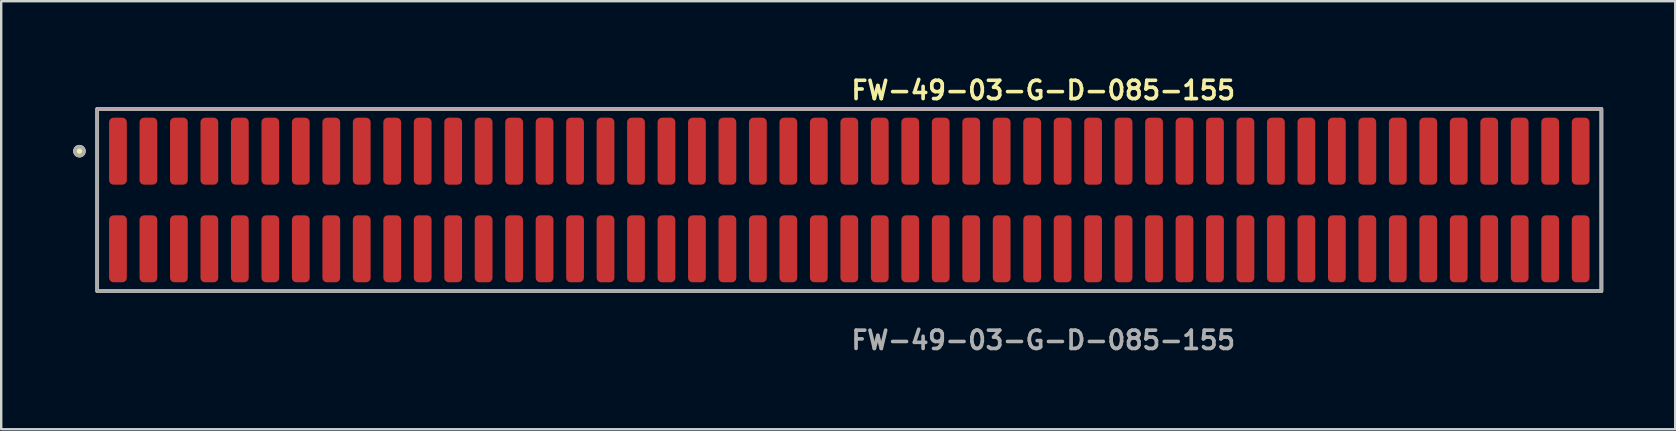
<source format=kicad_pcb>
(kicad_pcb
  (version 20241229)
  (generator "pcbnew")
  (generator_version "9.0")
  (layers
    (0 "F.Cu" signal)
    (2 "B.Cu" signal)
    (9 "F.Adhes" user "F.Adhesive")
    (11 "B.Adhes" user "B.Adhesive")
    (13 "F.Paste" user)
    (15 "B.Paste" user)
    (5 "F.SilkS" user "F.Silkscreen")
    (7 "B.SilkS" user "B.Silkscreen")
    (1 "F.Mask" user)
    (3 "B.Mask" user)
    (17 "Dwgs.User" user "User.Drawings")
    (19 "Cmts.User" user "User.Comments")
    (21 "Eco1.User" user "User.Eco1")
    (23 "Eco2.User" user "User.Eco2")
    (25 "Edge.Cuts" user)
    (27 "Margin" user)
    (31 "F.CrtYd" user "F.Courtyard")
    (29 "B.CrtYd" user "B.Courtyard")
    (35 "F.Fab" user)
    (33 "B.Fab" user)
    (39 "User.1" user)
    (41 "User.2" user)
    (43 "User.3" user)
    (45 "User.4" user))
  (footprint "FW-49-03-G-D-085-155"
    (layer "F.Cu")
    (at 32.346 5.285)
    (property "Reference" "FW-49-03-G-D-085-155" (at 0 -4.572 0) (unlocked yes) (layer "F.SilkS") (effects (font (size 0.762 0.762) (thickness 0.152)) (justify left)))
    (fp_rect (start -31.345 3.8) (end 31.345 -3.8) (stroke (width 0.152) (type solid)) (fill no) (layer "F.SilkS"))
    (fp_circle (center -32.085 -2.035) (end -32.27 -2.035) (stroke (width 0.152) (type solid)) (fill yes) (layer "F.SilkS"))
    (fp_rect (start -31.345 3.8) (end 31.345 -3.8) (stroke (width 0.006) (type solid)) (fill no) (layer "F.CrtYd"))
    (fp_rect (start -31.345 3.8) (end 31.345 -3.8) (stroke (width 0.152) (type solid)) (fill no) (layer "F.Fab"))
    (fp_circle (center -32.085 -2.035) (end -32.27 -2.035) (stroke (width 0.152) (type solid)) (fill no) (layer "F.Fab"))
    (fp_text user "${REFERENCE}" (at 0 5.842 0) (unlocked yes) (layer "F.Fab") (effects (font (size 0.762 0.762) (thickness 0.152)) (justify left)))
    (pad "1" smd roundrect (at -30.48 -2.035) (size 0.74 2.79) (layers "F.Cu" "F.Paste") (roundrect_rratio 0.25))
    (pad "2" smd roundrect (at -30.48 2.035) (size 0.74 2.79) (layers "F.Cu" "F.Paste") (roundrect_rratio 0.25))
    (pad "3" smd roundrect (at -29.21 -2.035) (size 0.74 2.79) (layers "F.Cu" "F.Paste") (roundrect_rratio 0.25))
    (pad "4" smd roundrect (at -29.21 2.035) (size 0.74 2.79) (layers "F.Cu" "F.Paste") (roundrect_rratio 0.25))
    (pad "5" smd roundrect (at -27.94 -2.035) (size 0.74 2.79) (layers "F.Cu" "F.Paste") (roundrect_rratio 0.25))
    (pad "6" smd roundrect (at -27.94 2.035) (size 0.74 2.79) (layers "F.Cu" "F.Paste") (roundrect_rratio 0.25))
    (pad "7" smd roundrect (at -26.67 -2.035) (size 0.74 2.79) (layers "F.Cu" "F.Paste") (roundrect_rratio 0.25))
    (pad "8" smd roundrect (at -26.67 2.035) (size 0.74 2.79) (layers "F.Cu" "F.Paste") (roundrect_rratio 0.25))
    (pad "9" smd roundrect (at -25.4 -2.035) (size 0.74 2.79) (layers "F.Cu" "F.Paste") (roundrect_rratio 0.25))
    (pad "10" smd roundrect (at -25.4 2.035) (size 0.74 2.79) (layers "F.Cu" "F.Paste") (roundrect_rratio 0.25))
    (pad "11" smd roundrect (at -24.13 -2.035) (size 0.74 2.79) (layers "F.Cu" "F.Paste") (roundrect_rratio 0.25))
    (pad "12" smd roundrect (at -24.13 2.035) (size 0.74 2.79) (layers "F.Cu" "F.Paste") (roundrect_rratio 0.25))
    (pad "13" smd roundrect (at -22.86 -2.035) (size 0.74 2.79) (layers "F.Cu" "F.Paste") (roundrect_rratio 0.25))
    (pad "14" smd roundrect (at -22.86 2.035) (size 0.74 2.79) (layers "F.Cu" "F.Paste") (roundrect_rratio 0.25))
    (pad "15" smd roundrect (at -21.59 -2.035) (size 0.74 2.79) (layers "F.Cu" "F.Paste") (roundrect_rratio 0.25))
    (pad "16" smd roundrect (at -21.59 2.035) (size 0.74 2.79) (layers "F.Cu" "F.Paste") (roundrect_rratio 0.25))
    (pad "17" smd roundrect (at -20.32 -2.035) (size 0.74 2.79) (layers "F.Cu" "F.Paste") (roundrect_rratio 0.25))
    (pad "18" smd roundrect (at -20.32 2.035) (size 0.74 2.79) (layers "F.Cu" "F.Paste") (roundrect_rratio 0.25))
    (pad "19" smd roundrect (at -19.05 -2.035) (size 0.74 2.79) (layers "F.Cu" "F.Paste") (roundrect_rratio 0.25))
    (pad "20" smd roundrect (at -19.05 2.035) (size 0.74 2.79) (layers "F.Cu" "F.Paste") (roundrect_rratio 0.25))
    (pad "21" smd roundrect (at -17.78 -2.035) (size 0.74 2.79) (layers "F.Cu" "F.Paste") (roundrect_rratio 0.25))
    (pad "22" smd roundrect (at -17.78 2.035) (size 0.74 2.79) (layers "F.Cu" "F.Paste") (roundrect_rratio 0.25))
    (pad "23" smd roundrect (at -16.51 -2.035) (size 0.74 2.79) (layers "F.Cu" "F.Paste") (roundrect_rratio 0.25))
    (pad "24" smd roundrect (at -16.51 2.035) (size 0.74 2.79) (layers "F.Cu" "F.Paste") (roundrect_rratio 0.25))
    (pad "25" smd roundrect (at -15.24 -2.035) (size 0.74 2.79) (layers "F.Cu" "F.Paste") (roundrect_rratio 0.25))
    (pad "26" smd roundrect (at -15.24 2.035) (size 0.74 2.79) (layers "F.Cu" "F.Paste") (roundrect_rratio 0.25))
    (pad "27" smd roundrect (at -13.97 -2.035) (size 0.74 2.79) (layers "F.Cu" "F.Paste") (roundrect_rratio 0.25))
    (pad "28" smd roundrect (at -13.97 2.035) (size 0.74 2.79) (layers "F.Cu" "F.Paste") (roundrect_rratio 0.25))
    (pad "29" smd roundrect (at -12.7 -2.035) (size 0.74 2.79) (layers "F.Cu" "F.Paste") (roundrect_rratio 0.25))
    (pad "30" smd roundrect (at -12.7 2.035) (size 0.74 2.79) (layers "F.Cu" "F.Paste") (roundrect_rratio 0.25))
    (pad "31" smd roundrect (at -11.43 -2.035) (size 0.74 2.79) (layers "F.Cu" "F.Paste") (roundrect_rratio 0.25))
    (pad "32" smd roundrect (at -11.43 2.035) (size 0.74 2.79) (layers "F.Cu" "F.Paste") (roundrect_rratio 0.25))
    (pad "33" smd roundrect (at -10.16 -2.035) (size 0.74 2.79) (layers "F.Cu" "F.Paste") (roundrect_rratio 0.25))
    (pad "34" smd roundrect (at -10.16 2.035) (size 0.74 2.79) (layers "F.Cu" "F.Paste") (roundrect_rratio 0.25))
    (pad "35" smd roundrect (at -8.89 -2.035) (size 0.74 2.79) (layers "F.Cu" "F.Paste") (roundrect_rratio 0.25))
    (pad "36" smd roundrect (at -8.89 2.035) (size 0.74 2.79) (layers "F.Cu" "F.Paste") (roundrect_rratio 0.25))
    (pad "37" smd roundrect (at -7.62 -2.035) (size 0.74 2.79) (layers "F.Cu" "F.Paste") (roundrect_rratio 0.25))
    (pad "38" smd roundrect (at -7.62 2.035) (size 0.74 2.79) (layers "F.Cu" "F.Paste") (roundrect_rratio 0.25))
    (pad "39" smd roundrect (at -6.35 -2.035) (size 0.74 2.79) (layers "F.Cu" "F.Paste") (roundrect_rratio 0.25))
    (pad "40" smd roundrect (at -6.35 2.035) (size 0.74 2.79) (layers "F.Cu" "F.Paste") (roundrect_rratio 0.25))
    (pad "41" smd roundrect (at -5.08 -2.035) (size 0.74 2.79) (layers "F.Cu" "F.Paste") (roundrect_rratio 0.25))
    (pad "42" smd roundrect (at -5.08 2.035) (size 0.74 2.79) (layers "F.Cu" "F.Paste") (roundrect_rratio 0.25))
    (pad "43" smd roundrect (at -3.81 -2.035) (size 0.74 2.79) (layers "F.Cu" "F.Paste") (roundrect_rratio 0.25))
    (pad "44" smd roundrect (at -3.81 2.035) (size 0.74 2.79) (layers "F.Cu" "F.Paste") (roundrect_rratio 0.25))
    (pad "45" smd roundrect (at -2.54 -2.035) (size 0.74 2.79) (layers "F.Cu" "F.Paste") (roundrect_rratio 0.25))
    (pad "46" smd roundrect (at -2.54 2.035) (size 0.74 2.79) (layers "F.Cu" "F.Paste") (roundrect_rratio 0.25))
    (pad "47" smd roundrect (at -1.27 -2.035) (size 0.74 2.79) (layers "F.Cu" "F.Paste") (roundrect_rratio 0.25))
    (pad "48" smd roundrect (at -1.27 2.035) (size 0.74 2.79) (layers "F.Cu" "F.Paste") (roundrect_rratio 0.25))
    (pad "49" smd roundrect (at 0 -2.035) (size 0.74 2.79) (layers "F.Cu" "F.Paste") (roundrect_rratio 0.25))
    (pad "50" smd roundrect (at 0 2.035) (size 0.74 2.79) (layers "F.Cu" "F.Paste") (roundrect_rratio 0.25))
    (pad "51" smd roundrect (at 1.27 -2.035) (size 0.74 2.79) (layers "F.Cu" "F.Paste") (roundrect_rratio 0.25))
    (pad "52" smd roundrect (at 1.27 2.035) (size 0.74 2.79) (layers "F.Cu" "F.Paste") (roundrect_rratio 0.25))
    (pad "53" smd roundrect (at 2.54 -2.035) (size 0.74 2.79) (layers "F.Cu" "F.Paste") (roundrect_rratio 0.25))
    (pad "54" smd roundrect (at 2.54 2.035) (size 0.74 2.79) (layers "F.Cu" "F.Paste") (roundrect_rratio 0.25))
    (pad "55" smd roundrect (at 3.81 -2.035) (size 0.74 2.79) (layers "F.Cu" "F.Paste") (roundrect_rratio 0.25))
    (pad "56" smd roundrect (at 3.81 2.035) (size 0.74 2.79) (layers "F.Cu" "F.Paste") (roundrect_rratio 0.25))
    (pad "57" smd roundrect (at 5.08 -2.035) (size 0.74 2.79) (layers "F.Cu" "F.Paste") (roundrect_rratio 0.25))
    (pad "58" smd roundrect (at 5.08 2.035) (size 0.74 2.79) (layers "F.Cu" "F.Paste") (roundrect_rratio 0.25))
    (pad "59" smd roundrect (at 6.35 -2.035) (size 0.74 2.79) (layers "F.Cu" "F.Paste") (roundrect_rratio 0.25))
    (pad "60" smd roundrect (at 6.35 2.035) (size 0.74 2.79) (layers "F.Cu" "F.Paste") (roundrect_rratio 0.25))
    (pad "61" smd roundrect (at 7.62 -2.035) (size 0.74 2.79) (layers "F.Cu" "F.Paste") (roundrect_rratio 0.25))
    (pad "62" smd roundrect (at 7.62 2.035) (size 0.74 2.79) (layers "F.Cu" "F.Paste") (roundrect_rratio 0.25))
    (pad "63" smd roundrect (at 8.89 -2.035) (size 0.74 2.79) (layers "F.Cu" "F.Paste") (roundrect_rratio 0.25))
    (pad "64" smd roundrect (at 8.89 2.035) (size 0.74 2.79) (layers "F.Cu" "F.Paste") (roundrect_rratio 0.25))
    (pad "65" smd roundrect (at 10.16 -2.035) (size 0.74 2.79) (layers "F.Cu" "F.Paste") (roundrect_rratio 0.25))
    (pad "66" smd roundrect (at 10.16 2.035) (size 0.74 2.79) (layers "F.Cu" "F.Paste") (roundrect_rratio 0.25))
    (pad "67" smd roundrect (at 11.43 -2.035) (size 0.74 2.79) (layers "F.Cu" "F.Paste") (roundrect_rratio 0.25))
    (pad "68" smd roundrect (at 11.43 2.035) (size 0.74 2.79) (layers "F.Cu" "F.Paste") (roundrect_rratio 0.25))
    (pad "69" smd roundrect (at 12.7 -2.035) (size 0.74 2.79) (layers "F.Cu" "F.Paste") (roundrect_rratio 0.25))
    (pad "70" smd roundrect (at 12.7 2.035) (size 0.74 2.79) (layers "F.Cu" "F.Paste") (roundrect_rratio 0.25))
    (pad "71" smd roundrect (at 13.97 -2.035) (size 0.74 2.79) (layers "F.Cu" "F.Paste") (roundrect_rratio 0.25))
    (pad "72" smd roundrect (at 13.97 2.035) (size 0.74 2.79) (layers "F.Cu" "F.Paste") (roundrect_rratio 0.25))
    (pad "73" smd roundrect (at 15.24 -2.035) (size 0.74 2.79) (layers "F.Cu" "F.Paste") (roundrect_rratio 0.25))
    (pad "74" smd roundrect (at 15.24 2.035) (size 0.74 2.79) (layers "F.Cu" "F.Paste") (roundrect_rratio 0.25))
    (pad "75" smd roundrect (at 16.51 -2.035) (size 0.74 2.79) (layers "F.Cu" "F.Paste") (roundrect_rratio 0.25))
    (pad "76" smd roundrect (at 16.51 2.035) (size 0.74 2.79) (layers "F.Cu" "F.Paste") (roundrect_rratio 0.25))
    (pad "77" smd roundrect (at 17.78 -2.035) (size 0.74 2.79) (layers "F.Cu" "F.Paste") (roundrect_rratio 0.25))
    (pad "78" smd roundrect (at 17.78 2.035) (size 0.74 2.79) (layers "F.Cu" "F.Paste") (roundrect_rratio 0.25))
    (pad "79" smd roundrect (at 19.05 -2.035) (size 0.74 2.79) (layers "F.Cu" "F.Paste") (roundrect_rratio 0.25))
    (pad "80" smd roundrect (at 19.05 2.035) (size 0.74 2.79) (layers "F.Cu" "F.Paste") (roundrect_rratio 0.25))
    (pad "81" smd roundrect (at 20.32 -2.035) (size 0.74 2.79) (layers "F.Cu" "F.Paste") (roundrect_rratio 0.25))
    (pad "82" smd roundrect (at 20.32 2.035) (size 0.74 2.79) (layers "F.Cu" "F.Paste") (roundrect_rratio 0.25))
    (pad "83" smd roundrect (at 21.59 -2.035) (size 0.74 2.79) (layers "F.Cu" "F.Paste") (roundrect_rratio 0.25))
    (pad "84" smd roundrect (at 21.59 2.035) (size 0.74 2.79) (layers "F.Cu" "F.Paste") (roundrect_rratio 0.25))
    (pad "85" smd roundrect (at 22.86 -2.035) (size 0.74 2.79) (layers "F.Cu" "F.Paste") (roundrect_rratio 0.25))
    (pad "86" smd roundrect (at 22.86 2.035) (size 0.74 2.79) (layers "F.Cu" "F.Paste") (roundrect_rratio 0.25))
    (pad "87" smd roundrect (at 24.13 -2.035) (size 0.74 2.79) (layers "F.Cu" "F.Paste") (roundrect_rratio 0.25))
    (pad "88" smd roundrect (at 24.13 2.035) (size 0.74 2.79) (layers "F.Cu" "F.Paste") (roundrect_rratio 0.25))
    (pad "89" smd roundrect (at 25.4 -2.035) (size 0.74 2.79) (layers "F.Cu" "F.Paste") (roundrect_rratio 0.25))
    (pad "90" smd roundrect (at 25.4 2.035) (size 0.74 2.79) (layers "F.Cu" "F.Paste") (roundrect_rratio 0.25))
    (pad "91" smd roundrect (at 26.67 -2.035) (size 0.74 2.79) (layers "F.Cu" "F.Paste") (roundrect_rratio 0.25))
    (pad "92" smd roundrect (at 26.67 2.035) (size 0.74 2.79) (layers "F.Cu" "F.Paste") (roundrect_rratio 0.25))
    (pad "93" smd roundrect (at 27.94 -2.035) (size 0.74 2.79) (layers "F.Cu" "F.Paste") (roundrect_rratio 0.25))
    (pad "94" smd roundrect (at 27.94 2.035) (size 0.74 2.79) (layers "F.Cu" "F.Paste") (roundrect_rratio 0.25))
    (pad "95" smd roundrect (at 29.21 -2.035) (size 0.74 2.79) (layers "F.Cu" "F.Paste") (roundrect_rratio 0.25))
    (pad "96" smd roundrect (at 29.21 2.035) (size 0.74 2.79) (layers "F.Cu" "F.Paste") (roundrect_rratio 0.25))
    (pad "97" smd roundrect (at 30.48 -2.035) (size 0.74 2.79) (layers "F.Cu" "F.Paste") (roundrect_rratio 0.25))
    (pad "98" smd roundrect (at 30.48 2.035) (size 0.74 2.79) (layers "F.Cu" "F.Paste") (roundrect_rratio 0.25)))
  (gr_rect
    (start -3 -3)
    (end 66.767 14.84)
    (stroke (width 0.1) (type default))
    (fill no)
    (layer "Edge.Cuts")))
</source>
